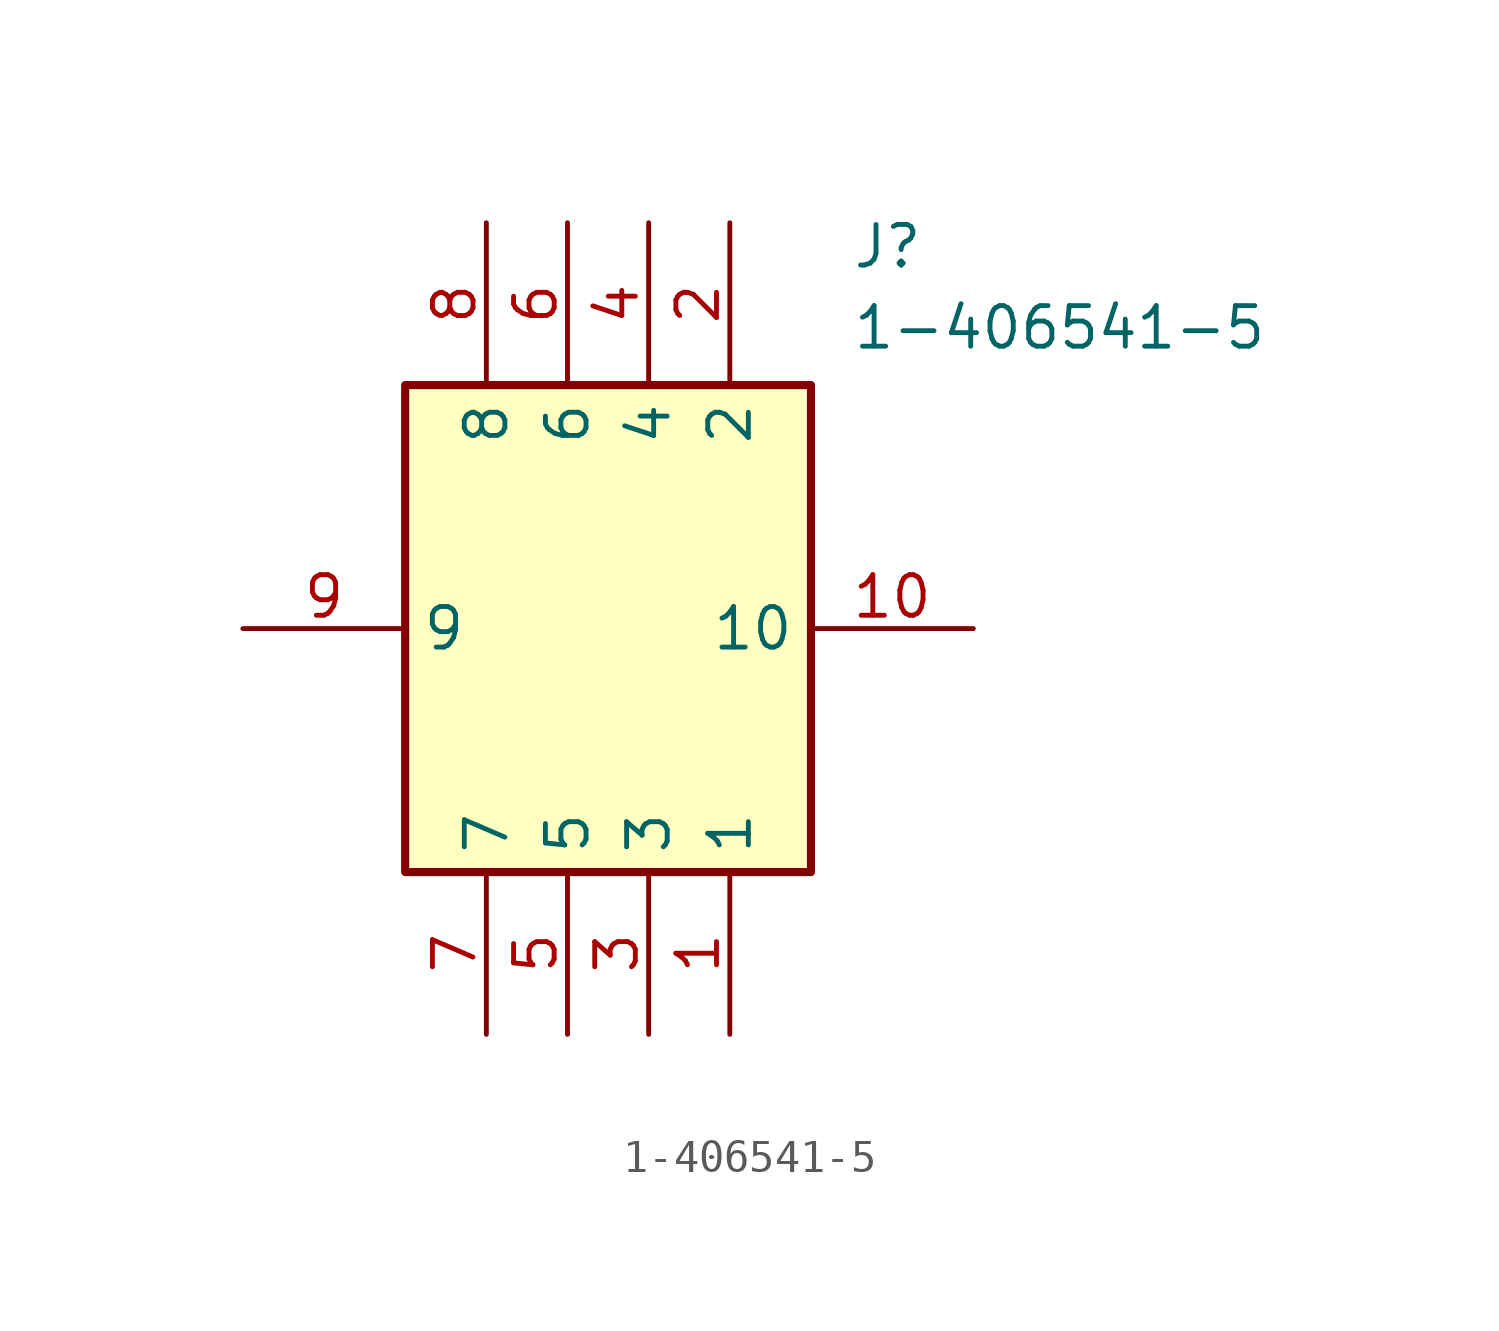
<source format=kicad_sym>
(kicad_symbol_lib
  (version 20211014)
  (generator SamacSys_ECAD_Model)
  (symbol "1-406541-5"
    (property "Reference" "J"
      (at 19.05 12.7 0)
      (effects (font (size 1.27 1.27)) (justify left top)))
    (property "Value" "1-406541-5"
      (at 19.05 10.16 0)
      (effects (font (size 1.27 1.27)) (justify left top)))
    (rectangle
      (start 5.08 7.62)
      (end 17.78 -7.62)
      (stroke (width 0.254) (type default))
      (fill (type background)))
    (pin passive line
      (at 15.24 -12.7 90)
      (length 5.08)
      (name "1" (effects (font (size 1.27 1.27))))
      (number "1" (effects (font (size 1.27 1.27)))))
    (pin passive line
      (at 15.24 12.7 270)
      (length 5.08)
      (name "2" (effects (font (size 1.27 1.27))))
      (number "2" (effects (font (size 1.27 1.27)))))
    (pin passive line
      (at 12.7 -12.7 90)
      (length 5.08)
      (name "3" (effects (font (size 1.27 1.27))))
      (number "3" (effects (font (size 1.27 1.27)))))
    (pin passive line
      (at 12.7 12.7 270)
      (length 5.08)
      (name "4" (effects (font (size 1.27 1.27))))
      (number "4" (effects (font (size 1.27 1.27)))))
    (pin passive line
      (at 10.16 -12.7 90)
      (length 5.08)
      (name "5" (effects (font (size 1.27 1.27))))
      (number "5" (effects (font (size 1.27 1.27)))))
    (pin passive line
      (at 10.16 12.7 270)
      (length 5.08)
      (name "6" (effects (font (size 1.27 1.27))))
      (number "6" (effects (font (size 1.27 1.27)))))
    (pin passive line
      (at 7.62 -12.7 90)
      (length 5.08)
      (name "7" (effects (font (size 1.27 1.27))))
      (number "7" (effects (font (size 1.27 1.27)))))
    (pin passive line
      (at 7.62 12.7 270)
      (length 5.08)
      (name "8" (effects (font (size 1.27 1.27))))
      (number "8" (effects (font (size 1.27 1.27)))))
    (pin passive line
      (at 0 0 0)
      (length 5.08)
      (name "9" (effects (font (size 1.27 1.27))))
      (number "9" (effects (font (size 1.27 1.27)))))
    (pin passive line
      (at 22.86 0 180)
      (length 5.08)
      (name "10" (effects (font (size 1.27 1.27))))
      (number "10" (effects (font (size 1.27 1.27)))))))
</source>
